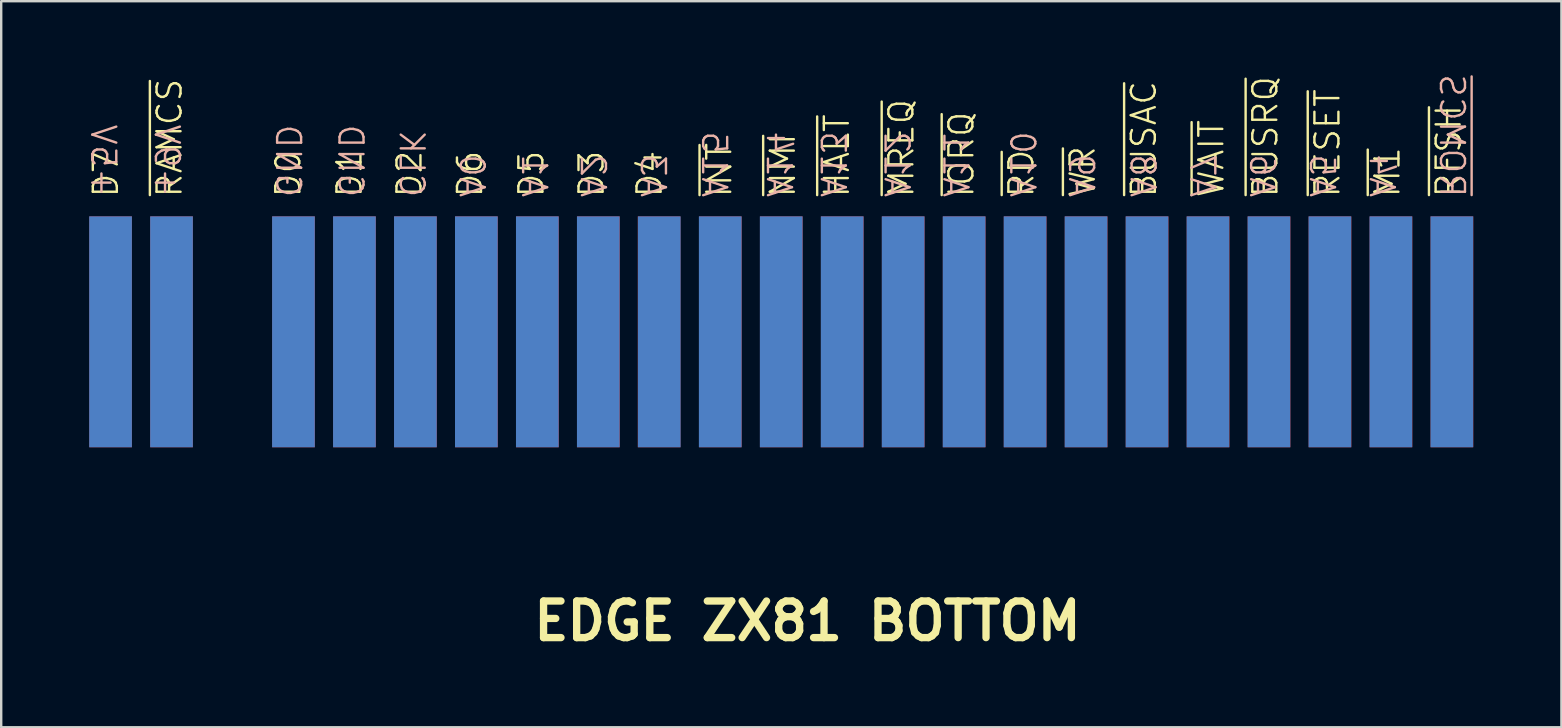
<source format=kicad_pcb>
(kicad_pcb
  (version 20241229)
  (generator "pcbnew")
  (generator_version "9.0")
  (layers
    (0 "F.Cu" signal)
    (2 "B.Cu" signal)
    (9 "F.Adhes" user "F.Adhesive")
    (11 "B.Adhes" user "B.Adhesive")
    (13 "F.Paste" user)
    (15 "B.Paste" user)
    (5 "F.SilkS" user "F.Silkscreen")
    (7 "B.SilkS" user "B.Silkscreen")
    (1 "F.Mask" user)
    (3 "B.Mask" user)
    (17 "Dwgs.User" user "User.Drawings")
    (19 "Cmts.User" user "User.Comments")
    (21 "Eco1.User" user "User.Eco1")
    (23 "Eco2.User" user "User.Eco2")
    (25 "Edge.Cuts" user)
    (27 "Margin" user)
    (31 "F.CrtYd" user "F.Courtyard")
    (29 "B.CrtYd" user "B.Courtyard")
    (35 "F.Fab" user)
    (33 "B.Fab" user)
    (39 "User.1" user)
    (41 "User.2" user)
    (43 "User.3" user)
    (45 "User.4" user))
  (footprint "EDGE ZX81 BOTTOM"
    (layer "F.Cu")
    (at 30.79 9.774)
    (property "Reference" "EDGE ZX81 BOTTOM" (at -0.2 13.05 0) (layer "F.SilkS") (effects (font (size 1.524 1.524) (thickness 0.305))))
    (attr through_hole)
    (fp_text user "D7" (at -29.431 -4.531 90) (unlocked yes) (layer "F.SilkS") (effects (font (size 1 1) (thickness 0.1)) (justify left)))
    (fp_text user "~{HALT}" (at 1.024 -4.531 90) (unlocked yes) (layer "F.SilkS") (effects (font (size 1 1) (thickness 0.1)) (justify left)))
    (fp_text user "D3" (at -9.197 -4.531 90) (unlocked yes) (layer "F.SilkS") (effects (font (size 1 1) (thickness 0.1)) (justify left)))
    (fp_text user "D0" (at -21.831 -4.531 90) (unlocked yes) (layer "F.SilkS") (effects (font (size 1 1) (thickness 0.1)) (justify left)))
    (fp_text user "D2" (at -16.781 -4.531 90) (unlocked yes) (layer "F.SilkS") (effects (font (size 1 1) (thickness 0.1)) (justify left)))
    (fp_text user "~{RD}" (at 8.712 -4.531 90) (unlocked yes) (layer "F.SilkS") (effects (font (size 1 1) (thickness 0.1)) (justify left)))
    (fp_text user "~{BUSAC}" (at 13.812 -4.531 90) (unlocked yes) (layer "F.SilkS") (effects (font (size 1 1) (thickness 0.1)) (justify left)))
    (fp_text user "~{IORQ}" (at 6.212 -4.531 90) (unlocked yes) (layer "F.SilkS") (effects (font (size 1 1) (thickness 0.1)) (justify left)))
    (fp_text user "D4" (at -6.781 -4.531 90) (unlocked yes) (layer "F.SilkS") (effects (font (size 1 1) (thickness 0.1)) (justify left)))
    (fp_text user "~{INT}" (at -3.876 -4.531 90) (unlocked yes) (layer "F.SilkS") (effects (font (size 1 1) (thickness 0.1)) (justify left)))
    (fp_text user "~{WR}" (at 11.262 -4.531 90) (unlocked yes) (layer "F.SilkS") (effects (font (size 1 1) (thickness 0.1)) (justify left)))
    (fp_text user "D6" (at -14.26 -4.531 90) (unlocked yes) (layer "F.SilkS") (effects (font (size 1 1) (thickness 0.1)) (justify left)))
    (fp_text user "D1" (at -19.281 -4.531 90) (unlocked yes) (layer "F.SilkS") (effects (font (size 1 1) (thickness 0.1)) (justify left)))
    (fp_text user "~{RAMCS}" (at -26.776 -4.531 90) (unlocked yes) (layer "F.SilkS") (effects (font (size 1 1) (thickness 0.1)) (justify left)))
    (fp_text user "~{M1}" (at 23.962 -4.531 90) (unlocked yes) (layer "F.SilkS") (effects (font (size 1 1) (thickness 0.1)) (justify left)))
    (fp_text user "D5" (at -11.703 -4.531 90) (unlocked yes) (layer "F.SilkS") (effects (font (size 1 1) (thickness 0.1)) (justify left)))
    (fp_text user "~{RESET}" (at 21.462 -4.531 90) (unlocked yes) (layer "F.SilkS") (effects (font (size 1 1) (thickness 0.1)) (justify left)))
    (fp_text user "~{RFSH}" (at 26.512 -4.531 90) (unlocked yes) (layer "F.SilkS") (effects (font (size 1 1) (thickness 0.1)) (justify left)))
    (fp_text user "~{WAIT}" (at 16.624 -4.531 90) (unlocked yes) (layer "F.SilkS") (effects (font (size 1 1) (thickness 0.1)) (justify left)))
    (fp_text user "~{MREQ}" (at 3.712 -4.531 90) (unlocked yes) (layer "F.SilkS") (effects (font (size 1 1) (thickness 0.1)) (justify left)))
    (fp_text user "~{BUSRQ}" (at 18.874 -4.531 90) (unlocked yes) (layer "F.SilkS") (effects (font (size 1 1) (thickness 0.1)) (justify left)))
    (fp_text user "~{NMI}" (at -1.226 -4.531 90) (unlocked yes) (layer "F.SilkS") (effects (font (size 1 1) (thickness 0.1)) (justify left)))
    (fp_text user "GND" (at -19.238 -4.531 270) (unlocked yes) (layer "B.SilkS") (effects (font (size 1 1) (thickness 0.1)) (justify left mirror)))
    (fp_text user "+9V" (at -26.888 -4.531 270) (unlocked yes) (layer "B.SilkS") (effects (font (size 1 1) (thickness 0.1)) (justify left mirror)))
    (fp_text user "GND" (at -21.838 -4.531 270) (unlocked yes) (layer "B.SilkS") (effects (font (size 1 1) (thickness 0.1)) (justify left mirror)))
    (fp_text user "A4" (at 23.728 -4.531 270) (unlocked yes) (layer "B.SilkS") (effects (font (size 1 1) (thickness 0.1)) (justify left mirror)))
    (fp_text user "A14" (at -1.388 -4.531 270) (unlocked yes) (layer "B.SilkS") (effects (font (size 1 1) (thickness 0.1)) (justify left mirror)))
    (fp_text user "CLK" (at -16.688 -4.531 270) (unlocked yes) (layer "B.SilkS") (effects (font (size 1 1) (thickness 0.1)) (justify left mirror)))
    (fp_text user "A1" (at -11.588 -4.531 270) (unlocked yes) (layer "B.SilkS") (effects (font (size 1 1) (thickness 0.1)) (justify left mirror)))
    (fp_text user "A3" (at -6.638 -4.531 270) (unlocked yes) (layer "B.SilkS") (effects (font (size 1 1) (thickness 0.1)) (justify left mirror)))
    (fp_text user "+5V" (at -29.538 -4.531 270) (unlocked yes) (layer "B.SilkS") (effects (font (size 1 1) (thickness 0.1)) (justify left mirror)))
    (fp_text user "A11" (at 5.962 -4.531 270) (unlocked yes) (layer "B.SilkS") (effects (font (size 1 1) (thickness 0.1)) (justify left mirror)))
    (fp_text user "A8" (at 13.762 -4.531 270) (unlocked yes) (layer "B.SilkS") (effects (font (size 1 1) (thickness 0.1)) (justify left mirror)))
    (fp_text user "A7" (at 16.248 -4.531 270) (unlocked yes) (layer "B.SilkS") (effects (font (size 1 1) (thickness 0.1)) (justify left mirror)))
    (fp_text user "A9" (at 11.2 -4.531 270) (unlocked yes) (layer "B.SilkS") (effects (font (size 1 1) (thickness 0.1)) (justify left mirror)))
    (fp_text user "A2" (at -9.138 -4.531 270) (unlocked yes) (layer "B.SilkS") (effects (font (size 1 1) (thickness 0.1)) (justify left mirror)))
    (fp_text user "A15" (at -4.088 -4.531 270) (unlocked yes) (layer "B.SilkS") (effects (font (size 1 1) (thickness 0.1)) (justify left mirror)))
    (fp_text user "~{ROMCS}" (at 26.65 -4.531 270) (unlocked yes) (layer "B.SilkS") (effects (font (size 1 1) (thickness 0.1)) (justify left mirror)))
    (fp_text user "A10" (at 8.75 -4.531 270) (unlocked yes) (layer "B.SilkS") (effects (font (size 1 1) (thickness 0.1)) (justify left mirror)))
    (fp_text user "A12" (at 3.512 -4.531 270) (unlocked yes) (layer "B.SilkS") (effects (font (size 1 1) (thickness 0.1)) (justify left mirror)))
    (fp_text user "A0" (at -14.188 -4.531 270) (unlocked yes) (layer "B.SilkS") (effects (font (size 1 1) (thickness 0.1)) (justify left mirror)))
    (fp_text user "A6" (at 18.741 -4.531 270) (unlocked yes) (layer "B.SilkS") (effects (font (size 1 1) (thickness 0.1)) (justify left mirror)))
    (fp_text user "A13" (at 0.856 -4.531 270) (unlocked yes) (layer "B.SilkS") (effects (font (size 1 1) (thickness 0.1)) (justify left mirror)))
    (fp_text user "A5" (at 21.235 -4.531 270) (unlocked yes) (layer "B.SilkS") (effects (font (size 1 1) (thickness 0.1)) (justify left mirror)))
    (pad "A3" connect rect (at -29.235 1 180) (size 1.778 9.62) (layers "B.Cu" "B.Mask"))
    (pad "A4" connect rect (at -26.695 1 180) (size 1.778 9.62) (layers "B.Cu" "B.Mask"))
    (pad "A6" connect rect (at -21.615 1 180) (size 1.778 9.62) (layers "B.Cu" "B.Mask"))
    (pad "A7" connect rect (at -19.075 1 180) (size 1.778 9.62) (layers "B.Cu" "B.Mask"))
    (pad "A8" connect rect (at -16.535 1 180) (size 1.778 9.62) (layers "B.Cu" "B.Mask"))
    (pad "A9" connect rect (at -13.995 1 180) (size 1.778 9.62) (layers "B.Cu" "B.Mask"))
    (pad "A10" connect rect (at -11.455 1 180) (size 1.778 9.62) (layers "B.Cu" "B.Mask"))
    (pad "A11" connect rect (at -8.915 1 180) (size 1.778 9.62) (layers "B.Cu" "B.Mask"))
    (pad "A12" connect rect (at -6.375 1 180) (size 1.778 9.62) (layers "B.Cu" "B.Mask"))
    (pad "A13" connect rect (at -3.835 1 180) (size 1.778 9.62) (layers "B.Cu" "B.Mask"))
    (pad "A14" connect rect (at -1.295 1 180) (size 1.778 9.62) (layers "B.Cu" "B.Mask"))
    (pad "A15" connect rect (at 1.245 1 180) (size 1.778 9.62) (layers "B.Cu" "B.Mask"))
    (pad "A16" connect rect (at 3.785 1 180) (size 1.778 9.62) (layers "B.Cu" "B.Mask"))
    (pad "A17" connect rect (at 6.325 1 180) (size 1.778 9.62) (layers "B.Cu" "B.Mask"))
    (pad "A18" connect rect (at 8.865 1 180) (size 1.778 9.62) (layers "B.Cu" "B.Mask"))
    (pad "A19" connect rect (at 11.405 1 180) (size 1.778 9.62) (layers "B.Cu" "B.Mask"))
    (pad "A20" connect rect (at 13.945 1 180) (size 1.778 9.62) (layers "B.Cu" "B.Mask"))
    (pad "A21" connect rect (at 16.485 1 180) (size 1.778 9.62) (layers "B.Cu" "B.Mask"))
    (pad "A22" connect rect (at 19.025 1 180) (size 1.778 9.62) (layers "B.Cu" "B.Mask"))
    (pad "A23" connect rect (at 21.565 1 180) (size 1.778 9.62) (layers "B.Cu" "B.Mask"))
    (pad "A24" connect rect (at 24.105 1 180) (size 1.778 9.62) (layers "B.Cu" "B.Mask"))
    (pad "A25" connect rect (at 26.645 1 180) (size 1.778 9.62) (layers "B.Cu" "B.Mask"))
    (pad "B3" connect rect (at -29.23 1 180) (size 1.778 9.62) (layers "F.Cu" "F.Mask"))
    (pad "B4" connect rect (at -26.69 1 180) (size 1.778 9.62) (layers "F.Cu" "F.Mask"))
    (pad "B6" connect rect (at -21.61 1 180) (size 1.778 9.62) (layers "F.Cu" "F.Mask"))
    (pad "B7" connect rect (at -19.07 1 180) (size 1.778 9.62) (layers "F.Cu" "F.Mask"))
    (pad "B8" connect rect (at -16.53 1 180) (size 1.778 9.62) (layers "F.Cu" "F.Mask"))
    (pad "B9" connect rect (at -13.99 1 180) (size 1.778 9.62) (layers "F.Cu" "F.Mask"))
    (pad "B10" connect rect (at -11.45 1 180) (size 1.778 9.62) (layers "F.Cu" "F.Mask"))
    (pad "B11" connect rect (at -8.91 1 180) (size 1.778 9.62) (layers "F.Cu" "F.Mask"))
    (pad "B12" connect rect (at -6.38 1 180) (size 1.778 9.62) (layers "F.Cu" "F.Mask"))
    (pad "B13" connect rect (at -3.83 1 180) (size 1.778 9.62) (layers "F.Cu" "F.Mask"))
    (pad "B14" connect rect (at -1.29 1 180) (size 1.778 9.62) (layers "F.Cu" "F.Mask"))
    (pad "B15" connect rect (at 1.25 1 180) (size 1.778 9.62) (layers "F.Cu" "F.Mask"))
    (pad "B16" connect rect (at 3.79 1 180) (size 1.778 9.62) (layers "F.Cu" "F.Mask"))
    (pad "B17" connect rect (at 6.33 1 180) (size 1.778 9.62) (layers "F.Cu" "F.Mask"))
    (pad "B18" connect rect (at 8.87 1 180) (size 1.778 9.62) (layers "F.Cu" "F.Mask"))
    (pad "B19" connect rect (at 11.41 1 180) (size 1.778 9.62) (layers "F.Cu" "F.Mask"))
    (pad "B20" connect rect (at 13.95 1 180) (size 1.778 9.62) (layers "F.Cu" "F.Mask"))
    (pad "B21" connect rect (at 16.49 1 180) (size 1.778 9.62) (layers "F.Cu" "F.Mask"))
    (pad "B22" connect rect (at 19.03 1 180) (size 1.778 9.62) (layers "F.Cu" "F.Mask"))
    (pad "B23" connect rect (at 21.57 1 180) (size 1.778 9.62) (layers "F.Cu" "F.Mask"))
    (pad "B24" connect rect (at 24.11 1 180) (size 1.778 9.62) (layers "F.Cu" "F.Mask"))
    (pad "B25" connect rect (at 26.65 1 180) (size 1.778 9.62) (layers "F.Cu" "F.Mask"))
    (zone (net_name "") (layer "F.Cu") (hatch edge 0.5) (connect_pads) (min_thickness 0.25) (filled_areas_thickness no) (keepout (tracks not_allowed) (vias not_allowed) (pads not_allowed) (copperpour not_allowed) (footprints not_allowed)) (placement (enabled no)) (fill) (polygon (pts (xy 0.01 6.334) (xy 0.58 6.324) (xy 0.58 13.584) (xy 0.01 13.584))))
    (zone (net_name "") (layer "F.Cu") (hatch edge 0.5) (connect_pads) (min_thickness 0.25) (filled_areas_thickness no) (keepout (tracks not_allowed) (vias not_allowed) (pads not_allowed) (copperpour not_allowed) (footprints not_allowed)) (placement (enabled no)) (fill) (polygon (pts (xy 2.55 6.334) (xy 3.12 6.324) (xy 3.12 13.584) (xy 2.55 13.584))))
    (zone (net_name "") (layer "F.Cu") (hatch edge 0.5) (connect_pads) (min_thickness 0.25) (filled_areas_thickness no) (keepout (tracks not_allowed) (vias not_allowed) (pads not_allowed) (copperpour not_allowed) (footprints not_allowed)) (placement (enabled no)) (fill) (polygon (pts (xy 5.11 6.334) (xy 5.68 6.324) (xy 5.68 13.584) (xy 5.11 13.584))))
    (zone (net_name "") (layer "F.Cu") (hatch edge 0.5) (connect_pads) (min_thickness 0.25) (filled_areas_thickness no) (keepout (tracks not_allowed) (vias not_allowed) (pads not_allowed) (copperpour not_allowed) (footprints not_allowed)) (placement (enabled no)) (fill) (polygon (pts (xy 7.64 6.334) (xy 8.21 6.324) (xy 8.21 13.584) (xy 7.64 13.584))))
    (zone (net_name "") (layer "F.Cu") (hatch edge 0.5) (connect_pads) (min_thickness 0.25) (filled_areas_thickness no) (keepout (tracks not_allowed) (vias not_allowed) (pads not_allowed) (copperpour not_allowed) (footprints not_allowed)) (placement (enabled no)) (fill) (polygon (pts (xy 10.16 6.334) (xy 10.73 6.324) (xy 10.73 13.584) (xy 10.16 13.584))))
    (zone (net_name "") (layer "F.Cu") (hatch edge 0.5) (connect_pads) (min_thickness 0.25) (filled_areas_thickness no) (keepout (tracks not_allowed) (vias not_allowed) (pads not_allowed) (copperpour not_allowed) (footprints not_allowed)) (placement (enabled no)) (fill) (polygon (pts (xy 12.7 6.334) (xy 13.27 6.324) (xy 13.27 13.584) (xy 12.7 13.584))))
    (zone (net_name "") (layer "F.Cu") (hatch edge 0.5) (connect_pads) (min_thickness 0.25) (filled_areas_thickness no) (keepout (tracks not_allowed) (vias not_allowed) (pads not_allowed) (copperpour not_allowed) (footprints not_allowed)) (placement (enabled no)) (fill) (polygon (pts (xy 15.24 6.334) (xy 15.81 6.324) (xy 15.81 13.584) (xy 15.24 13.584))))
    (zone (net_name "") (layer "F.Cu") (hatch edge 0.5) (connect_pads) (min_thickness 0.25) (filled_areas_thickness no) (keepout (tracks not_allowed) (vias not_allowed) (pads not_allowed) (copperpour not_allowed) (footprints not_allowed)) (placement (enabled no)) (fill) (polygon (pts (xy 17.78 6.334) (xy 18.35 6.324) (xy 18.35 13.584) (xy 17.78 13.584))))
    (zone (net_name "") (layer "F.Cu") (hatch edge 0.5) (connect_pads) (min_thickness 0.25) (filled_areas_thickness no) (keepout (tracks not_allowed) (vias not_allowed) (pads not_allowed) (copperpour not_allowed) (footprints not_allowed)) (placement (enabled no)) (fill) (polygon (pts (xy 20.32 6.334) (xy 20.89 6.324) (xy 20.89 13.584) (xy 20.32 13.584))))
    (zone (net_name "") (layer "F.Cu") (hatch edge 0.5) (connect_pads) (min_thickness 0.25) (filled_areas_thickness no) (keepout (tracks not_allowed) (vias not_allowed) (pads not_allowed) (copperpour not_allowed) (footprints not_allowed)) (placement (enabled no)) (fill) (polygon (pts (xy 22.86 6.334) (xy 23.43 6.324) (xy 23.43 13.584) (xy 22.86 13.584))))
    (zone (net_name "") (layer "F.Cu") (hatch edge 0.5) (connect_pads) (min_thickness 0.25) (filled_areas_thickness no) (keepout (tracks not_allowed) (vias not_allowed) (pads not_allowed) (copperpour not_allowed) (footprints not_allowed)) (placement (enabled no)) (fill) (polygon (pts (xy 25.41 6.334) (xy 25.98 6.324) (xy 25.98 13.584) (xy 25.41 13.584))))
    (zone (net_name "") (layer "F.Cu") (hatch edge 0.5) (connect_pads) (min_thickness 0.25) (filled_areas_thickness no) (keepout (tracks not_allowed) (vias not_allowed) (pads not_allowed) (copperpour not_allowed) (footprints not_allowed)) (placement (enabled no)) (fill) (polygon (pts (xy 27.95 6.334) (xy 28.52 6.324) (xy 28.52 13.584) (xy 27.95 13.584))))
    (zone (net_name "") (layer "F.Cu") (hatch edge 0.5) (connect_pads) (min_thickness 0.25) (filled_areas_thickness no) (keepout (tracks not_allowed) (vias not_allowed) (pads not_allowed) (copperpour not_allowed) (footprints not_allowed)) (placement (enabled no)) (fill) (polygon (pts (xy 30.49 6.334) (xy 31.06 6.324) (xy 31.06 13.584) (xy 30.49 13.584))))
    (zone (net_name "") (layer "F.Cu") (hatch edge 0.5) (connect_pads) (min_thickness 0.25) (filled_areas_thickness no) (keepout (tracks not_allowed) (vias not_allowed) (pads not_allowed) (copperpour not_allowed) (footprints not_allowed)) (placement (enabled no)) (fill) (polygon (pts (xy 33.03 6.334) (xy 33.6 6.324) (xy 33.6 13.584) (xy 33.03 13.584))))
    (zone (net_name "") (layer "F.Cu") (hatch edge 0.5) (connect_pads) (min_thickness 0.25) (filled_areas_thickness no) (keepout (tracks not_allowed) (vias not_allowed) (pads not_allowed) (copperpour not_allowed) (footprints not_allowed)) (placement (enabled no)) (fill) (polygon (pts (xy 35.57 6.334) (xy 36.14 6.324) (xy 36.14 13.584) (xy 35.57 13.584))))
    (zone (net_name "") (layer "F.Cu") (hatch edge 0.5) (connect_pads) (min_thickness 0.25) (filled_areas_thickness no) (keepout (tracks not_allowed) (vias not_allowed) (pads not_allowed) (copperpour not_allowed) (footprints not_allowed)) (placement (enabled no)) (fill) (polygon (pts (xy 38.11 6.334) (xy 38.68 6.324) (xy 38.68 13.584) (xy 38.11 13.584))))
    (zone (net_name "") (layer "F.Cu") (hatch edge 0.5) (connect_pads) (min_thickness 0.25) (filled_areas_thickness no) (keepout (tracks not_allowed) (vias not_allowed) (pads not_allowed) (copperpour not_allowed) (footprints not_allowed)) (placement (enabled no)) (fill) (polygon (pts (xy 40.64 6.334) (xy 41.21 6.324) (xy 41.21 13.584) (xy 40.64 13.584))))
    (zone (net_name "") (layer "F.Cu") (hatch edge 0.5) (connect_pads) (min_thickness 0.25) (filled_areas_thickness no) (keepout (tracks not_allowed) (vias not_allowed) (pads not_allowed) (copperpour not_allowed) (footprints not_allowed)) (placement (enabled no)) (fill) (polygon (pts (xy 43.18 6.334) (xy 43.75 6.324) (xy 43.75 13.584) (xy 43.18 13.584))))
    (zone (net_name "") (layer "F.Cu") (hatch edge 0.5) (connect_pads) (min_thickness 0.25) (filled_areas_thickness no) (keepout (tracks not_allowed) (vias not_allowed) (pads not_allowed) (copperpour not_allowed) (footprints not_allowed)) (placement (enabled no)) (fill) (polygon (pts (xy 45.72 6.334) (xy 46.29 6.324) (xy 46.29 13.584) (xy 45.72 13.584))))
    (zone (net_name "") (layer "F.Cu") (hatch edge 0.5) (connect_pads) (min_thickness 0.25) (filled_areas_thickness no) (keepout (tracks not_allowed) (vias not_allowed) (pads not_allowed) (copperpour not_allowed) (footprints not_allowed)) (placement (enabled no)) (fill) (polygon (pts (xy 48.27 6.334) (xy 48.84 6.324) (xy 48.84 13.584) (xy 48.27 13.584))))
    (zone (net_name "") (layer "F.Cu") (hatch edge 0.5) (connect_pads) (min_thickness 0.25) (filled_areas_thickness no) (keepout (tracks not_allowed) (vias not_allowed) (pads not_allowed) (copperpour not_allowed) (footprints not_allowed)) (placement (enabled no)) (fill) (polygon (pts (xy 50.81 6.334) (xy 51.38 6.324) (xy 51.38 13.584) (xy 50.81 13.584))))
    (zone (net_name "") (layer "F.Cu") (hatch edge 0.5) (connect_pads) (min_thickness 0.25) (filled_areas_thickness no) (keepout (tracks not_allowed) (vias not_allowed) (pads not_allowed) (copperpour not_allowed) (footprints not_allowed)) (placement (enabled no)) (fill) (polygon (pts (xy 53.35 6.334) (xy 53.92 6.324) (xy 53.92 13.584) (xy 53.35 13.584))))
    (zone (net_name "") (layer "F.Cu") (hatch edge 0.5) (connect_pads) (min_thickness 0.25) (filled_areas_thickness no) (keepout (tracks not_allowed) (vias not_allowed) (pads not_allowed) (copperpour not_allowed) (footprints not_allowed)) (placement (enabled no)) (fill) (polygon (pts (xy 55.89 6.334) (xy 56.46 6.324) (xy 56.46 13.584) (xy 55.89 13.584))))
    (zone (net_name "") (layer "F.Cu") (hatch edge 0.5) (connect_pads) (min_thickness 0.25) (filled_areas_thickness no) (keepout (tracks not_allowed) (vias not_allowed) (pads not_allowed) (copperpour not_allowed) (footprints not_allowed)) (placement (enabled no)) (fill) (polygon (pts (xy 58.43 6.334) (xy 59 6.324) (xy 59 13.584) (xy 58.43 13.584))))
    (zone (net_name "") (layer "B.Cu") (hatch edge 0.5) (connect_pads) (min_thickness 0.25) (filled_areas_thickness no) (keepout (tracks not_allowed) (vias not_allowed) (pads not_allowed) (copperpour not_allowed) (footprints not_allowed)) (placement (enabled no)) (fill) (polygon (pts (xy 0.57 6.334) (xy 0 6.324) (xy 0 13.584) (xy 0.57 13.584))))
    (zone (net_name "") (layer "B.Cu") (hatch edge 0.5) (connect_pads) (min_thickness 0.25) (filled_areas_thickness no) (keepout (tracks not_allowed) (vias not_allowed) (pads not_allowed) (copperpour not_allowed) (footprints not_allowed)) (placement (enabled no)) (fill) (polygon (pts (xy 3.11 6.334) (xy 2.54 6.324) (xy 2.54 13.584) (xy 3.11 13.584))))
    (zone (net_name "") (layer "B.Cu") (hatch edge 0.5) (connect_pads) (min_thickness 0.25) (filled_areas_thickness no) (keepout (tracks not_allowed) (vias not_allowed) (pads not_allowed) (copperpour not_allowed) (footprints not_allowed)) (placement (enabled no)) (fill) (polygon (pts (xy 5.65 6.334) (xy 5.08 6.324) (xy 5.08 13.584) (xy 5.65 13.584))))
    (zone (net_name "") (layer "B.Cu") (hatch edge 0.5) (connect_pads) (min_thickness 0.25) (filled_areas_thickness no) (keepout (tracks not_allowed) (vias not_allowed) (pads not_allowed) (copperpour not_allowed) (footprints not_allowed)) (placement (enabled no)) (fill) (polygon (pts (xy 8.19 6.334) (xy 7.62 6.324) (xy 7.62 13.584) (xy 8.19 13.584))))
    (zone (net_name "") (layer "B.Cu") (hatch edge 0.5) (connect_pads) (min_thickness 0.25) (filled_areas_thickness no) (keepout (tracks not_allowed) (vias not_allowed) (pads not_allowed) (copperpour not_allowed) (footprints not_allowed)) (placement (enabled no)) (fill) (polygon (pts (xy 10.73 6.334) (xy 10.16 6.324) (xy 10.16 13.584) (xy 10.73 13.584))))
    (zone (net_name "") (layer "B.Cu") (hatch edge 0.5) (connect_pads) (min_thickness 0.25) (filled_areas_thickness no) (keepout (tracks not_allowed) (vias not_allowed) (pads not_allowed) (copperpour not_allowed) (footprints not_allowed)) (placement (enabled no)) (fill) (polygon (pts (xy 13.28 6.334) (xy 12.71 6.324) (xy 12.71 13.584) (xy 13.28 13.584))))
    (zone (net_name "") (layer "B.Cu") (hatch edge 0.5) (connect_pads) (min_thickness 0.25) (filled_areas_thickness no) (keepout (tracks not_allowed) (vias not_allowed) (pads not_allowed) (copperpour not_allowed) (footprints not_allowed)) (placement (enabled no)) (fill) (polygon (pts (xy 15.82 6.334) (xy 15.25 6.324) (xy 15.25 13.584) (xy 15.82 13.584))))
    (zone (net_name "") (layer "B.Cu") (hatch edge 0.5) (connect_pads) (min_thickness 0.25) (filled_areas_thickness no) (keepout (tracks not_allowed) (vias not_allowed) (pads not_allowed) (copperpour not_allowed) (footprints not_allowed)) (placement (enabled no)) (fill) (polygon (pts (xy 18.36 6.334) (xy 17.79 6.324) (xy 17.79 13.584) (xy 18.36 13.584))))
    (zone (net_name "") (layer "B.Cu") (hatch edge 0.5) (connect_pads) (min_thickness 0.25) (filled_areas_thickness no) (keepout (tracks not_allowed) (vias not_allowed) (pads not_allowed) (copperpour not_allowed) (footprints not_allowed)) (placement (enabled no)) (fill) (polygon (pts (xy 20.89 6.334) (xy 20.32 6.324) (xy 20.32 13.584) (xy 20.89 13.584))))
    (zone (net_name "") (layer "B.Cu") (hatch edge 0.5) (connect_pads) (min_thickness 0.25) (filled_areas_thickness no) (keepout (tracks not_allowed) (vias not_allowed) (pads not_allowed) (copperpour not_allowed) (footprints not_allowed)) (placement (enabled no)) (fill) (polygon (pts (xy 23.43 6.334) (xy 22.86 6.324) (xy 22.86 13.584) (xy 23.43 13.584))))
    (zone (net_name "") (layer "B.Cu") (hatch edge 0.5) (connect_pads) (min_thickness 0.25) (filled_areas_thickness no) (keepout (tracks not_allowed) (vias not_allowed) (pads not_allowed) (copperpour not_allowed) (footprints not_allowed)) (placement (enabled no)) (fill) (polygon (pts (xy 25.97 6.334) (xy 25.4 6.324) (xy 25.4 13.584) (xy 25.97 13.584))))
    (zone (net_name "") (layer "B.Cu") (hatch edge 0.5) (connect_pads) (min_thickness 0.25) (filled_areas_thickness no) (keepout (tracks not_allowed) (vias not_allowed) (pads not_allowed) (copperpour not_allowed) (footprints not_allowed)) (placement (enabled no)) (fill) (polygon (pts (xy 28.51 6.334) (xy 27.94 6.324) (xy 27.94 13.584) (xy 28.51 13.584))))
    (zone (net_name "") (layer "B.Cu") (hatch edge 0.5) (connect_pads) (min_thickness 0.25) (filled_areas_thickness no) (keepout (tracks not_allowed) (vias not_allowed) (pads not_allowed) (copperpour not_allowed) (footprints not_allowed)) (placement (enabled no)) (fill) (polygon (pts (xy 31.05 6.334) (xy 30.48 6.324) (xy 30.48 13.584) (xy 31.05 13.584))))
    (zone (net_name "") (layer "B.Cu") (hatch edge 0.5) (connect_pads) (min_thickness 0.25) (filled_areas_thickness no) (keepout (tracks not_allowed) (vias not_allowed) (pads not_allowed) (copperpour not_allowed) (footprints not_allowed)) (placement (enabled no)) (fill) (polygon (pts (xy 33.59 6.334) (xy 33.02 6.324) (xy 33.02 13.584) (xy 33.59 13.584))))
    (zone (net_name "") (layer "B.Cu") (hatch edge 0.5) (connect_pads) (min_thickness 0.25) (filled_areas_thickness no) (keepout (tracks not_allowed) (vias not_allowed) (pads not_allowed) (copperpour not_allowed) (footprints not_allowed)) (placement (enabled no)) (fill) (polygon (pts (xy 36.14 6.334) (xy 35.57 6.324) (xy 35.57 13.584) (xy 36.14 13.584))))
    (zone (net_name "") (layer "B.Cu") (hatch edge 0.5) (connect_pads) (min_thickness 0.25) (filled_areas_thickness no) (keepout (tracks not_allowed) (vias not_allowed) (pads not_allowed) (copperpour not_allowed) (footprints not_allowed)) (placement (enabled no)) (fill) (polygon (pts (xy 38.68 6.334) (xy 38.11 6.324) (xy 38.11 13.584) (xy 38.68 13.584))))
    (zone (net_name "") (layer "B.Cu") (hatch edge 0.5) (connect_pads) (min_thickness 0.25) (filled_areas_thickness no) (keepout (tracks not_allowed) (vias not_allowed) (pads not_allowed) (copperpour not_allowed) (footprints not_allowed)) (placement (enabled no)) (fill) (polygon (pts (xy 41.22 6.334) (xy 40.65 6.324) (xy 40.65 13.584) (xy 41.22 13.584))))
    (zone (net_name "") (layer "B.Cu") (hatch edge 0.5) (connect_pads) (min_thickness 0.25) (filled_areas_thickness no) (keepout (tracks not_allowed) (vias not_allowed) (pads not_allowed) (copperpour not_allowed) (footprints not_allowed)) (placement (enabled no)) (fill) (polygon (pts (xy 43.76 6.334) (xy 43.19 6.324) (xy 43.19 13.584) (xy 43.76 13.584))))
    (zone (net_name "") (layer "B.Cu") (hatch edge 0.5) (connect_pads) (min_thickness 0.25) (filled_areas_thickness no) (keepout (tracks not_allowed) (vias not_allowed) (pads not_allowed) (copperpour not_allowed) (footprints not_allowed)) (placement (enabled no)) (fill) (polygon (pts (xy 46.3 6.334) (xy 45.73 6.324) (xy 45.73 13.584) (xy 46.3 13.584))))
    (zone (net_name "") (layer "B.Cu") (hatch edge 0.5) (connect_pads) (min_thickness 0.25) (filled_areas_thickness no) (keepout (tracks not_allowed) (vias not_allowed) (pads not_allowed) (copperpour not_allowed) (footprints not_allowed)) (placement (enabled no)) (fill) (polygon (pts (xy 48.84 6.334) (xy 48.27 6.324) (xy 48.27 13.584) (xy 48.84 13.584))))
    (zone (net_name "") (layer "B.Cu") (hatch edge 0.5) (connect_pads) (min_thickness 0.25) (filled_areas_thickness no) (keepout (tracks not_allowed) (vias not_allowed) (pads not_allowed) (copperpour not_allowed) (footprints not_allowed)) (placement (enabled no)) (fill) (polygon (pts (xy 51.36 6.334) (xy 50.79 6.324) (xy 50.79 13.584) (xy 51.36 13.584))))
    (zone (net_name "") (layer "B.Cu") (hatch edge 0.5) (connect_pads) (min_thickness 0.25) (filled_areas_thickness no) (keepout (tracks not_allowed) (vias not_allowed) (pads not_allowed) (copperpour not_allowed) (footprints not_allowed)) (placement (enabled no)) (fill) (polygon (pts (xy 53.89 6.334) (xy 53.32 6.324) (xy 53.32 13.584) (xy 53.89 13.584))))
    (zone (net_name "") (layer "B.Cu") (hatch edge 0.5) (connect_pads) (min_thickness 0.25) (filled_areas_thickness no) (keepout (tracks not_allowed) (vias not_allowed) (pads not_allowed) (copperpour not_allowed) (footprints not_allowed)) (placement (enabled no)) (fill) (polygon (pts (xy 56.45 6.334) (xy 55.88 6.324) (xy 55.88 13.584) (xy 56.45 13.584))))
    (zone (net_name "") (layer "B.Cu") (hatch edge 0.5) (connect_pads) (min_thickness 0.25) (filled_areas_thickness no) (keepout (tracks not_allowed) (vias not_allowed) (pads not_allowed) (copperpour not_allowed) (footprints not_allowed)) (placement (enabled no)) (fill) (polygon (pts (xy 58.99 6.334) (xy 58.42 6.324) (xy 58.42 13.584) (xy 58.99 13.584)))))
  (gr_rect
    (start -3 -3)
    (end 62 27.25)
    (stroke (width 0.1) (type default))
    (fill no)
    (layer "Edge.Cuts")))
</source>
